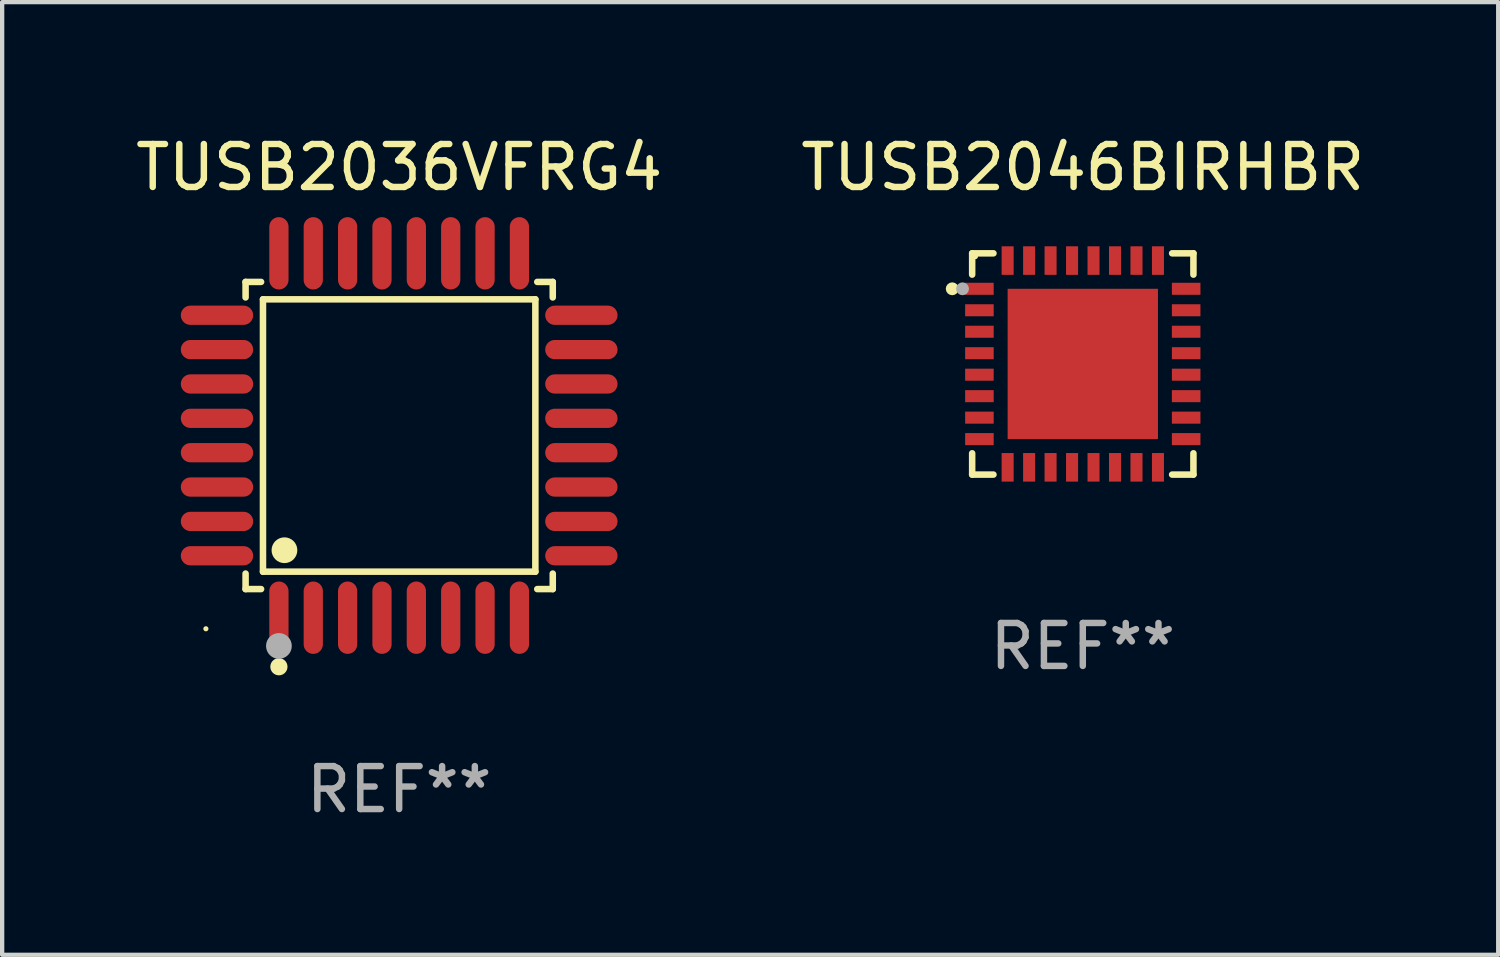
<source format=kicad_pcb>
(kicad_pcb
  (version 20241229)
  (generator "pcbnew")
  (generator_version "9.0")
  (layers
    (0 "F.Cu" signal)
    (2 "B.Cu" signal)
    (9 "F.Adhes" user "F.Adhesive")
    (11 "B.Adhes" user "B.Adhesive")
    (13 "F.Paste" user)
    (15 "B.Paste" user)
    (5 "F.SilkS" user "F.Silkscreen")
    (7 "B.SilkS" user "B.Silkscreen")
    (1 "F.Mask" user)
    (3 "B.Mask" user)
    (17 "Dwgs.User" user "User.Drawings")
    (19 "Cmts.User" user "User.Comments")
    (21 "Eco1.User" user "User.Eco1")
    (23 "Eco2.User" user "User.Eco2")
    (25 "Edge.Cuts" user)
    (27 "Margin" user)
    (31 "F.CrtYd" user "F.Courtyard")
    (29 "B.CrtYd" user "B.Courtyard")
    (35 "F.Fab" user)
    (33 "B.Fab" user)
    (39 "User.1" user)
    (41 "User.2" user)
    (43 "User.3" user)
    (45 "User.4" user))
  (footprint "TUSB2046BIRHBR"
    (layer "F.Cu")
    (at 22.161 5.424)
    (property "Reference" "TUSB2046BIRHBR" (at 0 -4.576 0) (layer "F.SilkS") (effects (font (size 1 1) (thickness 0.15))))
    (attr through_hole)
    (fp_line (start -2.576 -2.576) (end -2.576 -2.08) (stroke (width 0.152) (type solid)) (layer "F.SilkS"))
    (fp_line (start -2.576 2.576) (end -2.576 2.08) (stroke (width 0.152) (type solid)) (layer "F.SilkS"))
    (fp_line (start -2.08 -2.576) (end -2.576 -2.576) (stroke (width 0.152) (type solid)) (layer "F.SilkS"))
    (fp_line (start -2.08 2.576) (end -2.576 2.576) (stroke (width 0.152) (type solid)) (layer "F.SilkS"))
    (fp_line (start 2.08 -2.576) (end 2.576 -2.576) (stroke (width 0.152) (type solid)) (layer "F.SilkS"))
    (fp_line (start 2.08 2.576) (end 2.576 2.576) (stroke (width 0.152) (type solid)) (layer "F.SilkS"))
    (fp_line (start 2.576 -2.576) (end 2.576 -2.08) (stroke (width 0.152) (type solid)) (layer "F.SilkS"))
    (fp_line (start 2.576 2.576) (end 2.576 2.08) (stroke (width 0.152) (type solid)) (layer "F.SilkS"))
    (fp_circle (center -3.04 -1.75) (end -2.965 -1.75) (stroke (width 0.15) (type solid)) (fill no) (layer "F.SilkS"))
    (fp_circle (center -2.5 -2.5) (end -2.47 -2.5) (stroke (width 0.06) (type solid)) (fill no) (layer "F.SilkS"))
    (fp_circle (center -2.8 -1.75) (end -2.725 -1.75) (stroke (width 0.15) (type solid)) (fill no) (layer "F.Fab"))
    (fp_text user "REF**" (at 0 6.576 0) (layer "F.Fab") (effects (font (size 1 1) (thickness 0.15))))
    (pad "1" smd rect (at -2.407 -1.75) (size 0.665 0.28) (layers "F.Cu" "F.Mask" "F.Paste"))
    (pad "2" smd rect (at -2.407 -1.25) (size 0.665 0.28) (layers "F.Cu" "F.Mask" "F.Paste"))
    (pad "3" smd rect (at -2.407 -0.75) (size 0.665 0.28) (layers "F.Cu" "F.Mask" "F.Paste"))
    (pad "4" smd rect (at -2.407 -0.25) (size 0.665 0.28) (layers "F.Cu" "F.Mask" "F.Paste"))
    (pad "5" smd rect (at -2.407 0.25) (size 0.665 0.28) (layers "F.Cu" "F.Mask" "F.Paste"))
    (pad "6" smd rect (at -2.407 0.75) (size 0.665 0.28) (layers "F.Cu" "F.Mask" "F.Paste"))
    (pad "7" smd rect (at -2.407 1.25) (size 0.665 0.28) (layers "F.Cu" "F.Mask" "F.Paste"))
    (pad "8" smd rect (at -2.407 1.75) (size 0.665 0.28) (layers "F.Cu" "F.Mask" "F.Paste"))
    (pad "9" smd rect (at -1.75 2.407) (size 0.28 0.665) (layers "F.Cu" "F.Mask" "F.Paste"))
    (pad "10" smd rect (at -1.25 2.407) (size 0.28 0.665) (layers "F.Cu" "F.Mask" "F.Paste"))
    (pad "11" smd rect (at -0.75 2.407) (size 0.28 0.665) (layers "F.Cu" "F.Mask" "F.Paste"))
    (pad "12" smd rect (at -0.25 2.407) (size 0.28 0.665) (layers "F.Cu" "F.Mask" "F.Paste"))
    (pad "13" smd rect (at 0.25 2.407) (size 0.28 0.665) (layers "F.Cu" "F.Mask" "F.Paste"))
    (pad "14" smd rect (at 0.75 2.407) (size 0.28 0.665) (layers "F.Cu" "F.Mask" "F.Paste"))
    (pad "15" smd rect (at 1.25 2.407) (size 0.28 0.665) (layers "F.Cu" "F.Mask" "F.Paste"))
    (pad "16" smd rect (at 1.75 2.407) (size 0.28 0.665) (layers "F.Cu" "F.Mask" "F.Paste"))
    (pad "17" smd rect (at 2.407 1.75) (size 0.665 0.28) (layers "F.Cu" "F.Mask" "F.Paste"))
    (pad "18" smd rect (at 2.407 1.25) (size 0.665 0.28) (layers "F.Cu" "F.Mask" "F.Paste"))
    (pad "19" smd rect (at 2.407 0.75) (size 0.665 0.28) (layers "F.Cu" "F.Mask" "F.Paste"))
    (pad "20" smd rect (at 2.407 0.25) (size 0.665 0.28) (layers "F.Cu" "F.Mask" "F.Paste"))
    (pad "21" smd rect (at 2.407 -0.25) (size 0.665 0.28) (layers "F.Cu" "F.Mask" "F.Paste"))
    (pad "22" smd rect (at 2.407 -0.75) (size 0.665 0.28) (layers "F.Cu" "F.Mask" "F.Paste"))
    (pad "23" smd rect (at 2.407 -1.25) (size 0.665 0.28) (layers "F.Cu" "F.Mask" "F.Paste"))
    (pad "24" smd rect (at 2.407 -1.75) (size 0.665 0.28) (layers "F.Cu" "F.Mask" "F.Paste"))
    (pad "25" smd rect (at 1.75 -2.407) (size 0.28 0.665) (layers "F.Cu" "F.Mask" "F.Paste"))
    (pad "26" smd rect (at 1.25 -2.407) (size 0.28 0.665) (layers "F.Cu" "F.Mask" "F.Paste"))
    (pad "27" smd rect (at 0.75 -2.407) (size 0.28 0.665) (layers "F.Cu" "F.Mask" "F.Paste"))
    (pad "28" smd rect (at 0.25 -2.407) (size 0.28 0.665) (layers "F.Cu" "F.Mask" "F.Paste"))
    (pad "29" smd rect (at -0.25 -2.407) (size 0.28 0.665) (layers "F.Cu" "F.Mask" "F.Paste"))
    (pad "30" smd rect (at -0.75 -2.407) (size 0.28 0.665) (layers "F.Cu" "F.Mask" "F.Paste"))
    (pad "31" smd rect (at -1.25 -2.407) (size 0.28 0.665) (layers "F.Cu" "F.Mask" "F.Paste"))
    (pad "32" smd rect (at -1.75 -2.407) (size 0.28 0.665) (layers "F.Cu" "F.Mask" "F.Paste"))
    (pad "33" smd rect (at 0 0) (size 3.5 3.5) (layers "F.Cu" "F.Mask" "F.Paste")))
  (footprint "TUSB2036VFRG4"
    (layer "F.Cu")
    (at 6.244 7.09)
    (property "Reference" "TUSB2036VFRG4" (at 0 -6.242 0) (layer "F.SilkS") (effects (font (size 1 1) (thickness 0.15))))
    (attr through_hole)
    (fp_line (start -3.576 -3.576) (end -3.215 -3.576) (stroke (width 0.152) (type solid)) (layer "F.SilkS"))
    (fp_line (start -3.576 -3.215) (end -3.576 -3.576) (stroke (width 0.152) (type solid)) (layer "F.SilkS"))
    (fp_line (start -3.576 3.215) (end -3.576 3.576) (stroke (width 0.152) (type solid)) (layer "F.SilkS"))
    (fp_line (start -3.576 3.576) (end -3.215 3.576) (stroke (width 0.152) (type solid)) (layer "F.SilkS"))
    (fp_line (start -3.171 -3.171) (end 3.171 -3.171) (stroke (width 0.152) (type solid)) (layer "F.SilkS"))
    (fp_line (start -3.171 3.171) (end -3.171 -3.171) (stroke (width 0.152) (type solid)) (layer "F.SilkS"))
    (fp_line (start 3.171 -3.171) (end 3.171 3.171) (stroke (width 0.152) (type solid)) (layer "F.SilkS"))
    (fp_line (start 3.171 3.171) (end -3.171 3.171) (stroke (width 0.152) (type solid)) (layer "F.SilkS"))
    (fp_line (start 3.576 -3.576) (end 3.215 -3.576) (stroke (width 0.152) (type solid)) (layer "F.SilkS"))
    (fp_line (start 3.576 -3.215) (end 3.576 -3.576) (stroke (width 0.152) (type solid)) (layer "F.SilkS"))
    (fp_line (start 3.576 3.215) (end 3.576 3.576) (stroke (width 0.152) (type solid)) (layer "F.SilkS"))
    (fp_line (start 3.576 3.576) (end 3.215 3.576) (stroke (width 0.152) (type solid)) (layer "F.SilkS"))
    (fp_circle (center -4.5 4.5) (end -4.47 4.5) (stroke (width 0.06) (type solid)) (fill no) (layer "F.SilkS"))
    (fp_circle (center -2.8 5.384) (end -2.7 5.384) (stroke (width 0.2) (type solid)) (fill no) (layer "F.SilkS"))
    (fp_circle (center -2.671 2.671) (end -2.521 2.671) (stroke (width 0.3) (type solid)) (fill no) (layer "F.SilkS"))
    (fp_circle (center -2.8 4.9) (end -2.65 4.9) (stroke (width 0.3) (type solid)) (fill no) (layer "F.Fab"))
    (fp_text user "REF**" (at 0 8.242 0) (layer "F.Fab") (effects (font (size 1 1) (thickness 0.15))))
    (pad "1" smd oval (at -2.8 4.242) (size 0.448 1.684) (layers "F.Cu" "F.Mask" "F.Paste"))
    (pad "2" smd oval (at -2 4.242) (size 0.448 1.684) (layers "F.Cu" "F.Mask" "F.Paste"))
    (pad "3" smd oval (at -1.2 4.242) (size 0.448 1.684) (layers "F.Cu" "F.Mask" "F.Paste"))
    (pad "4" smd oval (at -0.4 4.242) (size 0.448 1.684) (layers "F.Cu" "F.Mask" "F.Paste"))
    (pad "5" smd oval (at 0.4 4.242) (size 0.448 1.684) (layers "F.Cu" "F.Mask" "F.Paste"))
    (pad "6" smd oval (at 1.2 4.242) (size 0.448 1.684) (layers "F.Cu" "F.Mask" "F.Paste"))
    (pad "7" smd oval (at 2 4.242) (size 0.448 1.684) (layers "F.Cu" "F.Mask" "F.Paste"))
    (pad "8" smd oval (at 2.8 4.242) (size 0.448 1.684) (layers "F.Cu" "F.Mask" "F.Paste"))
    (pad "9" smd oval (at 4.242 2.8) (size 1.684 0.448) (layers "F.Cu" "F.Mask" "F.Paste"))
    (pad "10" smd oval (at 4.242 2) (size 1.684 0.448) (layers "F.Cu" "F.Mask" "F.Paste"))
    (pad "11" smd oval (at 4.242 1.2) (size 1.684 0.448) (layers "F.Cu" "F.Mask" "F.Paste"))
    (pad "12" smd oval (at 4.242 0.4) (size 1.684 0.448) (layers "F.Cu" "F.Mask" "F.Paste"))
    (pad "13" smd oval (at 4.242 -0.4) (size 1.684 0.448) (layers "F.Cu" "F.Mask" "F.Paste"))
    (pad "14" smd oval (at 4.242 -1.2) (size 1.684 0.448) (layers "F.Cu" "F.Mask" "F.Paste"))
    (pad "15" smd oval (at 4.242 -2) (size 1.684 0.448) (layers "F.Cu" "F.Mask" "F.Paste"))
    (pad "16" smd oval (at 4.242 -2.8) (size 1.684 0.448) (layers "F.Cu" "F.Mask" "F.Paste"))
    (pad "17" smd oval (at 2.8 -4.242) (size 0.448 1.684) (layers "F.Cu" "F.Mask" "F.Paste"))
    (pad "18" smd oval (at 2 -4.242) (size 0.448 1.684) (layers "F.Cu" "F.Mask" "F.Paste"))
    (pad "19" smd oval (at 1.2 -4.242) (size 0.448 1.684) (layers "F.Cu" "F.Mask" "F.Paste"))
    (pad "20" smd oval (at 0.4 -4.242) (size 0.448 1.684) (layers "F.Cu" "F.Mask" "F.Paste"))
    (pad "21" smd oval (at -0.4 -4.242) (size 0.448 1.684) (layers "F.Cu" "F.Mask" "F.Paste"))
    (pad "22" smd oval (at -1.2 -4.242) (size 0.448 1.684) (layers "F.Cu" "F.Mask" "F.Paste"))
    (pad "23" smd oval (at -2 -4.242) (size 0.448 1.684) (layers "F.Cu" "F.Mask" "F.Paste"))
    (pad "24" smd oval (at -2.8 -4.242) (size 0.448 1.684) (layers "F.Cu" "F.Mask" "F.Paste"))
    (pad "25" smd oval (at -4.242 -2.8) (size 1.684 0.448) (layers "F.Cu" "F.Mask" "F.Paste"))
    (pad "26" smd oval (at -4.242 -2) (size 1.684 0.448) (layers "F.Cu" "F.Mask" "F.Paste"))
    (pad "27" smd oval (at -4.242 -1.2) (size 1.684 0.448) (layers "F.Cu" "F.Mask" "F.Paste"))
    (pad "28" smd oval (at -4.242 -0.4) (size 1.684 0.448) (layers "F.Cu" "F.Mask" "F.Paste"))
    (pad "29" smd oval (at -4.242 0.4) (size 1.684 0.448) (layers "F.Cu" "F.Mask" "F.Paste"))
    (pad "30" smd oval (at -4.242 1.2) (size 1.684 0.448) (layers "F.Cu" "F.Mask" "F.Paste"))
    (pad "31" smd oval (at -4.242 2) (size 1.684 0.448) (layers "F.Cu" "F.Mask" "F.Paste"))
    (pad "32" smd oval (at -4.242 2.8) (size 1.684 0.448) (layers "F.Cu" "F.Mask" "F.Paste")))
  (gr_rect
    (start -3 -3)
    (end 31.833 19.181)
    (stroke (width 0.1) (type default))
    (fill no)
    (layer "Edge.Cuts")))
</source>
